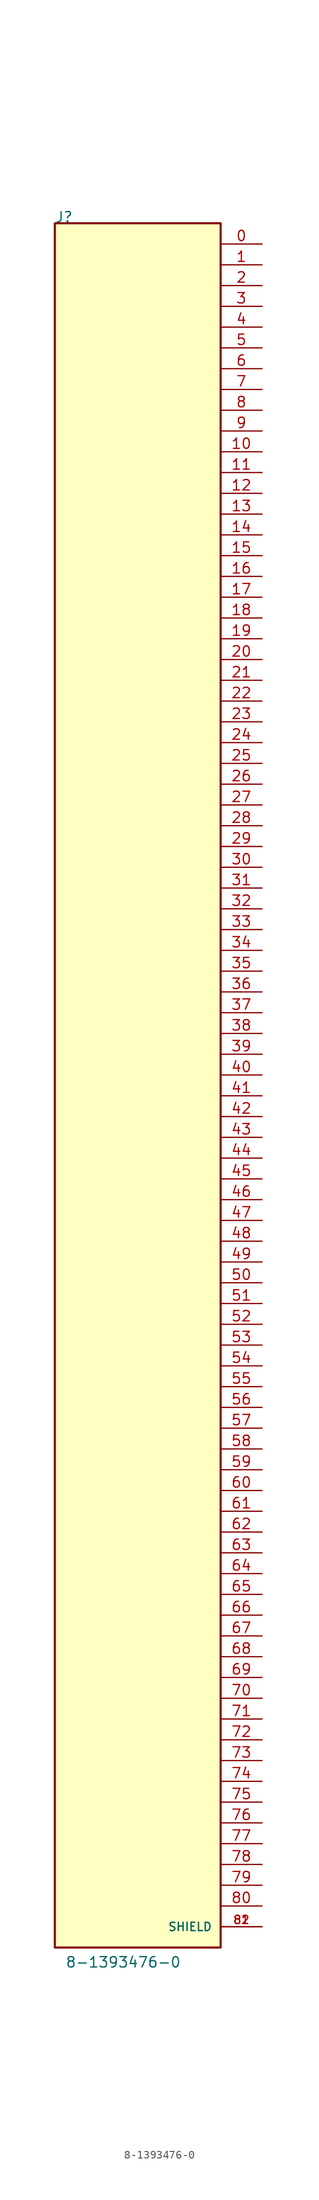
<source format=kicad_sym>
(kicad_symbol_lib
  (version 20220914)
  (generator kicad_symbol_editor)
  (symbol "8-1393476-0"
    (pin_names
      (offset 1.016))
    (property "Reference" "J"
      (at -20.32 2.54 0)
      (effects (font (size 1.27 1.27)) (justify left bottom)))
    (property "Value" "8-1393476-0"
      (at -19.05 -210.82 0)
      (effects (font (size 1.27 1.27)) (justify left bottom)))
    (symbol "8-1393476-0_0_0"
      (rectangle (start -20.32 2.54) (end 0 -208.28) (stroke (width 0.254) (type default)) (fill (type background))))
    (symbol "8-1393476-0_1_0"
      (pin passive line (at 5.08 -205.74 180) (length 5.08) (name "SHIELD" (effects (font (size 1.016 1.016)))) (number "81" (effects (font (size 1.016 1.016)))))
      (pin passive line (at 5.08 -205.74 180) (length 5.08) (name "SHIELD" (effects (font (size 1.016 1.016)))) (number "82" (effects (font (size 1.016 1.016))))))
    (symbol "8-1393476-0_1_1"
      (pin passive line (at 5.08 0 180) (length 5.08) (name "" (effects (font (size 1.27 1.27)))) (number "0" (effects (font (size 1.27 1.27)))))
      (pin passive line (at 5.08 -2.54 180) (length 5.08) (name "" (effects (font (size 1.27 1.27)))) (number "1" (effects (font (size 1.27 1.27)))))
      (pin passive line (at 5.08 -25.4 180) (length 5.08) (name "" (effects (font (size 1.27 1.27)))) (number "10" (effects (font (size 1.27 1.27)))))
      (pin passive line (at 5.08 -27.94 180) (length 5.08) (name "" (effects (font (size 1.27 1.27)))) (number "11" (effects (font (size 1.27 1.27)))))
      (pin passive line (at 5.08 -30.48 180) (length 5.08) (name "" (effects (font (size 1.27 1.27)))) (number "12" (effects (font (size 1.27 1.27)))))
      (pin passive line (at 5.08 -33.02 180) (length 5.08) (name "" (effects (font (size 1.27 1.27)))) (number "13" (effects (font (size 1.27 1.27)))))
      (pin passive line (at 5.08 -35.56 180) (length 5.08) (name "" (effects (font (size 1.27 1.27)))) (number "14" (effects (font (size 1.27 1.27)))))
      (pin passive line (at 5.08 -38.1 180) (length 5.08) (name "" (effects (font (size 1.27 1.27)))) (number "15" (effects (font (size 1.27 1.27)))))
      (pin passive line (at 5.08 -40.64 180) (length 5.08) (name "" (effects (font (size 1.27 1.27)))) (number "16" (effects (font (size 1.27 1.27)))))
      (pin passive line (at 5.08 -43.18 180) (length 5.08) (name "" (effects (font (size 1.27 1.27)))) (number "17" (effects (font (size 1.27 1.27)))))
      (pin passive line (at 5.08 -45.72 180) (length 5.08) (name "" (effects (font (size 1.27 1.27)))) (number "18" (effects (font (size 1.27 1.27)))))
      (pin passive line (at 5.08 -48.26 180) (length 5.08) (name "" (effects (font (size 1.27 1.27)))) (number "19" (effects (font (size 1.27 1.27)))))
      (pin passive line (at 5.08 -5.08 180) (length 5.08) (name "" (effects (font (size 1.27 1.27)))) (number "2" (effects (font (size 1.27 1.27)))))
      (pin passive line (at 5.08 -50.8 180) (length 5.08) (name "" (effects (font (size 1.27 1.27)))) (number "20" (effects (font (size 1.27 1.27)))))
      (pin passive line (at 5.08 -53.34 180) (length 5.08) (name "" (effects (font (size 1.27 1.27)))) (number "21" (effects (font (size 1.27 1.27)))))
      (pin passive line (at 5.08 -55.88 180) (length 5.08) (name "" (effects (font (size 1.27 1.27)))) (number "22" (effects (font (size 1.27 1.27)))))
      (pin passive line (at 5.08 -58.42 180) (length 5.08) (name "" (effects (font (size 1.27 1.27)))) (number "23" (effects (font (size 1.27 1.27)))))
      (pin passive line (at 5.08 -60.96 180) (length 5.08) (name "" (effects (font (size 1.27 1.27)))) (number "24" (effects (font (size 1.27 1.27)))))
      (pin passive line (at 5.08 -63.5 180) (length 5.08) (name "" (effects (font (size 1.27 1.27)))) (number "25" (effects (font (size 1.27 1.27)))))
      (pin passive line (at 5.08 -66.04 180) (length 5.08) (name "" (effects (font (size 1.27 1.27)))) (number "26" (effects (font (size 1.27 1.27)))))
      (pin passive line (at 5.08 -68.58 180) (length 5.08) (name "" (effects (font (size 1.27 1.27)))) (number "27" (effects (font (size 1.27 1.27)))))
      (pin passive line (at 5.08 -71.12 180) (length 5.08) (name "" (effects (font (size 1.27 1.27)))) (number "28" (effects (font (size 1.27 1.27)))))
      (pin passive line (at 5.08 -73.66 180) (length 5.08) (name "" (effects (font (size 1.27 1.27)))) (number "29" (effects (font (size 1.27 1.27)))))
      (pin passive line (at 5.08 -7.62 180) (length 5.08) (name "" (effects (font (size 1.27 1.27)))) (number "3" (effects (font (size 1.27 1.27)))))
      (pin passive line (at 5.08 -76.2 180) (length 5.08) (name "" (effects (font (size 1.27 1.27)))) (number "30" (effects (font (size 1.27 1.27)))))
      (pin passive line (at 5.08 -78.74 180) (length 5.08) (name "" (effects (font (size 1.27 1.27)))) (number "31" (effects (font (size 1.27 1.27)))))
      (pin passive line (at 5.08 -81.28 180) (length 5.08) (name "" (effects (font (size 1.27 1.27)))) (number "32" (effects (font (size 1.27 1.27)))))
      (pin passive line (at 5.08 -83.82 180) (length 5.08) (name "" (effects (font (size 1.27 1.27)))) (number "33" (effects (font (size 1.27 1.27)))))
      (pin passive line (at 5.08 -86.36 180) (length 5.08) (name "" (effects (font (size 1.27 1.27)))) (number "34" (effects (font (size 1.27 1.27)))))
      (pin passive line (at 5.08 -88.9 180) (length 5.08) (name "" (effects (font (size 1.27 1.27)))) (number "35" (effects (font (size 1.27 1.27)))))
      (pin passive line (at 5.08 -91.44 180) (length 5.08) (name "" (effects (font (size 1.27 1.27)))) (number "36" (effects (font (size 1.27 1.27)))))
      (pin passive line (at 5.08 -93.98 180) (length 5.08) (name "" (effects (font (size 1.27 1.27)))) (number "37" (effects (font (size 1.27 1.27)))))
      (pin passive line (at 5.08 -96.52 180) (length 5.08) (name "" (effects (font (size 1.27 1.27)))) (number "38" (effects (font (size 1.27 1.27)))))
      (pin passive line (at 5.08 -99.06 180) (length 5.08) (name "" (effects (font (size 1.27 1.27)))) (number "39" (effects (font (size 1.27 1.27)))))
      (pin passive line (at 5.08 -10.16 180) (length 5.08) (name "" (effects (font (size 1.27 1.27)))) (number "4" (effects (font (size 1.27 1.27)))))
      (pin passive line (at 5.08 -101.6 180) (length 5.08) (name "" (effects (font (size 1.27 1.27)))) (number "40" (effects (font (size 1.27 1.27)))))
      (pin passive line (at 5.08 -104.14 180) (length 5.08) (name "" (effects (font (size 1.27 1.27)))) (number "41" (effects (font (size 1.27 1.27)))))
      (pin passive line (at 5.08 -106.68 180) (length 5.08) (name "" (effects (font (size 1.27 1.27)))) (number "42" (effects (font (size 1.27 1.27)))))
      (pin passive line (at 5.08 -109.22 180) (length 5.08) (name "" (effects (font (size 1.27 1.27)))) (number "43" (effects (font (size 1.27 1.27)))))
      (pin passive line (at 5.08 -111.76 180) (length 5.08) (name "" (effects (font (size 1.27 1.27)))) (number "44" (effects (font (size 1.27 1.27)))))
      (pin passive line (at 5.08 -114.3 180) (length 5.08) (name "" (effects (font (size 1.27 1.27)))) (number "45" (effects (font (size 1.27 1.27)))))
      (pin passive line (at 5.08 -116.84 180) (length 5.08) (name "" (effects (font (size 1.27 1.27)))) (number "46" (effects (font (size 1.27 1.27)))))
      (pin passive line (at 5.08 -119.38 180) (length 5.08) (name "" (effects (font (size 1.27 1.27)))) (number "47" (effects (font (size 1.27 1.27)))))
      (pin passive line (at 5.08 -121.92 180) (length 5.08) (name "" (effects (font (size 1.27 1.27)))) (number "48" (effects (font (size 1.27 1.27)))))
      (pin passive line (at 5.08 -124.46 180) (length 5.08) (name "" (effects (font (size 1.27 1.27)))) (number "49" (effects (font (size 1.27 1.27)))))
      (pin passive line (at 5.08 -12.7 180) (length 5.08) (name "" (effects (font (size 1.27 1.27)))) (number "5" (effects (font (size 1.27 1.27)))))
      (pin passive line (at 5.08 -127 180) (length 5.08) (name "" (effects (font (size 1.27 1.27)))) (number "50" (effects (font (size 1.27 1.27)))))
      (pin passive line (at 5.08 -129.54 180) (length 5.08) (name "" (effects (font (size 1.27 1.27)))) (number "51" (effects (font (size 1.27 1.27)))))
      (pin passive line (at 5.08 -132.08 180) (length 5.08) (name "" (effects (font (size 1.27 1.27)))) (number "52" (effects (font (size 1.27 1.27)))))
      (pin passive line (at 5.08 -134.62 180) (length 5.08) (name "" (effects (font (size 1.27 1.27)))) (number "53" (effects (font (size 1.27 1.27)))))
      (pin passive line (at 5.08 -137.16 180) (length 5.08) (name "" (effects (font (size 1.27 1.27)))) (number "54" (effects (font (size 1.27 1.27)))))
      (pin passive line (at 5.08 -139.7 180) (length 5.08) (name "" (effects (font (size 1.27 1.27)))) (number "55" (effects (font (size 1.27 1.27)))))
      (pin passive line (at 5.08 -142.24 180) (length 5.08) (name "" (effects (font (size 1.27 1.27)))) (number "56" (effects (font (size 1.27 1.27)))))
      (pin passive line (at 5.08 -144.78 180) (length 5.08) (name "" (effects (font (size 1.27 1.27)))) (number "57" (effects (font (size 1.27 1.27)))))
      (pin passive line (at 5.08 -147.32 180) (length 5.08) (name "" (effects (font (size 1.27 1.27)))) (number "58" (effects (font (size 1.27 1.27)))))
      (pin passive line (at 5.08 -149.86 180) (length 5.08) (name "" (effects (font (size 1.27 1.27)))) (number "59" (effects (font (size 1.27 1.27)))))
      (pin passive line (at 5.08 -15.24 180) (length 5.08) (name "" (effects (font (size 1.27 1.27)))) (number "6" (effects (font (size 1.27 1.27)))))
      (pin passive line (at 5.08 -152.4 180) (length 5.08) (name "" (effects (font (size 1.27 1.27)))) (number "60" (effects (font (size 1.27 1.27)))))
      (pin passive line (at 5.08 -154.94 180) (length 5.08) (name "" (effects (font (size 1.27 1.27)))) (number "61" (effects (font (size 1.27 1.27)))))
      (pin passive line (at 5.08 -157.48 180) (length 5.08) (name "" (effects (font (size 1.27 1.27)))) (number "62" (effects (font (size 1.27 1.27)))))
      (pin passive line (at 5.08 -160.02 180) (length 5.08) (name "" (effects (font (size 1.27 1.27)))) (number "63" (effects (font (size 1.27 1.27)))))
      (pin passive line (at 5.08 -162.56 180) (length 5.08) (name "" (effects (font (size 1.27 1.27)))) (number "64" (effects (font (size 1.27 1.27)))))
      (pin passive line (at 5.08 -165.1 180) (length 5.08) (name "" (effects (font (size 1.27 1.27)))) (number "65" (effects (font (size 1.27 1.27)))))
      (pin passive line (at 5.08 -167.64 180) (length 5.08) (name "" (effects (font (size 1.27 1.27)))) (number "66" (effects (font (size 1.27 1.27)))))
      (pin passive line (at 5.08 -170.18 180) (length 5.08) (name "" (effects (font (size 1.27 1.27)))) (number "67" (effects (font (size 1.27 1.27)))))
      (pin passive line (at 5.08 -172.72 180) (length 5.08) (name "" (effects (font (size 1.27 1.27)))) (number "68" (effects (font (size 1.27 1.27)))))
      (pin passive line (at 5.08 -175.26 180) (length 5.08) (name "" (effects (font (size 1.27 1.27)))) (number "69" (effects (font (size 1.27 1.27)))))
      (pin passive line (at 5.08 -17.78 180) (length 5.08) (name "" (effects (font (size 1.27 1.27)))) (number "7" (effects (font (size 1.27 1.27)))))
      (pin passive line (at 5.08 -177.8 180) (length 5.08) (name "" (effects (font (size 1.27 1.27)))) (number "70" (effects (font (size 1.27 1.27)))))
      (pin passive line (at 5.08 -180.34 180) (length 5.08) (name "" (effects (font (size 1.27 1.27)))) (number "71" (effects (font (size 1.27 1.27)))))
      (pin passive line (at 5.08 -182.88 180) (length 5.08) (name "" (effects (font (size 1.27 1.27)))) (number "72" (effects (font (size 1.27 1.27)))))
      (pin passive line (at 5.08 -185.42 180) (length 5.08) (name "" (effects (font (size 1.27 1.27)))) (number "73" (effects (font (size 1.27 1.27)))))
      (pin passive line (at 5.08 -187.96 180) (length 5.08) (name "" (effects (font (size 1.27 1.27)))) (number "74" (effects (font (size 1.27 1.27)))))
      (pin passive line (at 5.08 -190.5 180) (length 5.08) (name "" (effects (font (size 1.27 1.27)))) (number "75" (effects (font (size 1.27 1.27)))))
      (pin passive line (at 5.08 -193.04 180) (length 5.08) (name "" (effects (font (size 1.27 1.27)))) (number "76" (effects (font (size 1.27 1.27)))))
      (pin passive line (at 5.08 -195.58 180) (length 5.08) (name "" (effects (font (size 1.27 1.27)))) (number "77" (effects (font (size 1.27 1.27)))))
      (pin passive line (at 5.08 -198.12 180) (length 5.08) (name "" (effects (font (size 1.27 1.27)))) (number "78" (effects (font (size 1.27 1.27)))))
      (pin passive line (at 5.08 -200.66 180) (length 5.08) (name "" (effects (font (size 1.27 1.27)))) (number "79" (effects (font (size 1.27 1.27)))))
      (pin passive line (at 5.08 -20.32 180) (length 5.08) (name "" (effects (font (size 1.27 1.27)))) (number "8" (effects (font (size 1.27 1.27)))))
      (pin passive line (at 5.08 -203.2 180) (length 5.08) (name "" (effects (font (size 1.27 1.27)))) (number "80" (effects (font (size 1.27 1.27)))))
      (pin passive line (at 5.08 -22.86 180) (length 5.08) (name "" (effects (font (size 1.27 1.27)))) (number "9" (effects (font (size 1.27 1.27))))))))
</source>
